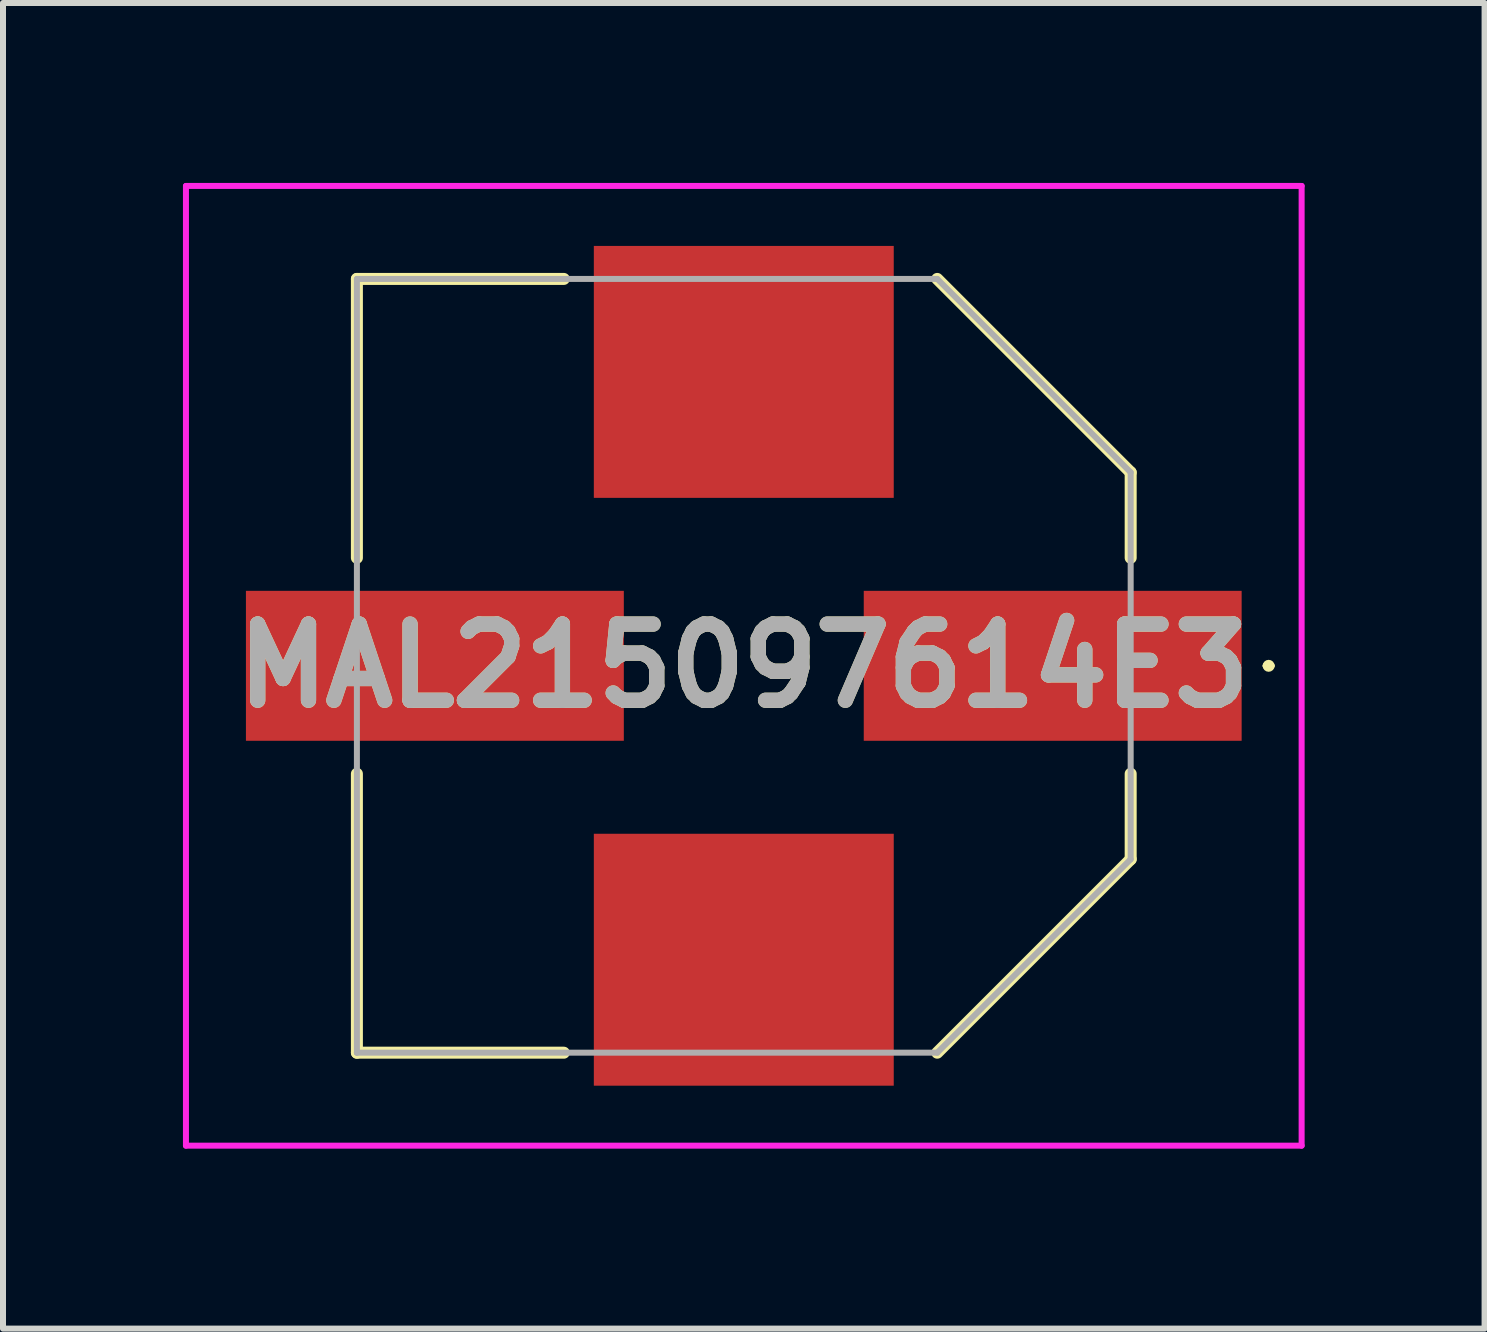
<source format=kicad_pcb>
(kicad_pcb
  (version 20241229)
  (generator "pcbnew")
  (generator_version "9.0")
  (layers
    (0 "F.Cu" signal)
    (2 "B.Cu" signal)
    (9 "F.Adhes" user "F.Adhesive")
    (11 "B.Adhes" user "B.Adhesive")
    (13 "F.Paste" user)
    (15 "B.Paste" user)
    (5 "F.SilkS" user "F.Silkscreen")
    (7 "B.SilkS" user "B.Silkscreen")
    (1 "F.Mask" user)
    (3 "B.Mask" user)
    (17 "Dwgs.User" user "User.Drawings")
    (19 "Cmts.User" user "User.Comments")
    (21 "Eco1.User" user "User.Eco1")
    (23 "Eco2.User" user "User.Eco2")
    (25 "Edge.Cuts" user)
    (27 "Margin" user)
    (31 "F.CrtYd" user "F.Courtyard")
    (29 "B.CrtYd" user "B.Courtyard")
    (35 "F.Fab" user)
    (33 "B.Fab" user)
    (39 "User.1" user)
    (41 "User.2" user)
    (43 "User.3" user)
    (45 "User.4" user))
  (footprint "MAL215097614E3"
    (layer "F.Cu")
    (at 9.35 8.05)
    (property "Reference" "MAL215097614E3" (at 0 0 0) (layer "F.SilkS") (effects (font (size 1.27 1.27) (thickness 0.254))))
    (attr smd)
    (fp_line (start -6.45 -6.45) (end -3 -6.45) (stroke (width 0.2) (type solid)) (layer "F.SilkS"))
    (fp_line (start -6.45 -1.8) (end -6.45 -6.45) (stroke (width 0.2) (type solid)) (layer "F.SilkS"))
    (fp_line (start -6.45 6.45) (end -6.45 1.8) (stroke (width 0.2) (type solid)) (layer "F.SilkS"))
    (fp_line (start -3 6.45) (end -6.45 6.45) (stroke (width 0.2) (type solid)) (layer "F.SilkS"))
    (fp_line (start 3.225 -6.45) (end 6.45 -3.225) (stroke (width 0.2) (type solid)) (layer "F.SilkS"))
    (fp_line (start 3.225 6.45) (end 6.45 3.225) (stroke (width 0.2) (type solid)) (layer "F.SilkS"))
    (fp_line (start 6.45 -3.225) (end 6.45 -1.8) (stroke (width 0.2) (type solid)) (layer "F.SilkS"))
    (fp_line (start 6.45 3.225) (end 6.45 1.8) (stroke (width 0.2) (type solid)) (layer "F.SilkS"))
    (fp_line (start 8.7 0) (end 8.7 0) (stroke (width 0.1) (type solid)) (layer "F.SilkS"))
    (fp_line (start 8.8 0) (end 8.8 0) (stroke (width 0.1) (type solid)) (layer "F.SilkS"))
    (fp_arc (start 8.7 0) (mid 8.75 -0.05) (end 8.8 0) (stroke (width 0.1) (type solid)) (layer "F.SilkS"))
    (fp_arc (start 8.8 0) (mid 8.75 0.05) (end 8.7 0) (stroke (width 0.1) (type solid)) (layer "F.SilkS"))
    (fp_line (start -9.3 -8) (end 9.3 -8) (stroke (width 0.1) (type solid)) (layer "F.CrtYd"))
    (fp_line (start -9.3 8) (end -9.3 -8) (stroke (width 0.1) (type solid)) (layer "F.CrtYd"))
    (fp_line (start 9.3 -8) (end 9.3 8) (stroke (width 0.1) (type solid)) (layer "F.CrtYd"))
    (fp_line (start 9.3 8) (end -9.3 8) (stroke (width 0.1) (type solid)) (layer "F.CrtYd"))
    (fp_line (start -6.45 -6.45) (end -6.45 6.45) (stroke (width 0.1) (type solid)) (layer "F.Fab"))
    (fp_line (start -6.45 6.45) (end -6.45 6.45) (stroke (width 0.1) (type solid)) (layer "F.Fab"))
    (fp_line (start -6.45 6.45) (end 3.225 6.45) (stroke (width 0.1) (type solid)) (layer "F.Fab"))
    (fp_line (start 3.225 -6.45) (end -6.45 -6.45) (stroke (width 0.1) (type solid)) (layer "F.Fab"))
    (fp_line (start 3.225 6.45) (end 6.45 3.225) (stroke (width 0.1) (type solid)) (layer "F.Fab"))
    (fp_line (start 6.45 -3.225) (end 3.225 -6.45) (stroke (width 0.1) (type solid)) (layer "F.Fab"))
    (fp_line (start 6.45 3.225) (end 6.45 -3.225) (stroke (width 0.1) (type solid)) (layer "F.Fab"))
    (fp_text user "${REFERENCE}" (at 0 0 0) (layer "F.Fab") (effects (font (size 1.27 1.27) (thickness 0.254))))
    (pad "1" smd rect (at 5.15 0 90) (size 2.5 6.3) (layers "F.Cu" "F.Mask" "F.Paste"))
    (pad "2" smd rect (at -5.15 0 90) (size 2.5 6.3) (layers "F.Cu" "F.Mask" "F.Paste"))
    (pad "3" smd rect (at 0 -4.9 90) (size 4.2 5) (layers "F.Cu" "F.Mask" "F.Paste"))
    (pad "4" smd rect (at 0 4.9 90) (size 4.2 5) (layers "F.Cu" "F.Mask" "F.Paste")))
  (gr_rect
    (start -3 -3)
    (end 21.7 19.1)
    (stroke (width 0.1) (type default))
    (fill no)
    (layer "Edge.Cuts")))
</source>
